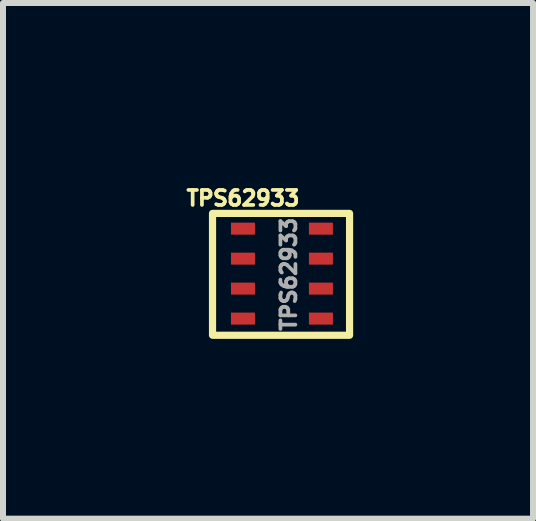
<source format=kicad_pcb>
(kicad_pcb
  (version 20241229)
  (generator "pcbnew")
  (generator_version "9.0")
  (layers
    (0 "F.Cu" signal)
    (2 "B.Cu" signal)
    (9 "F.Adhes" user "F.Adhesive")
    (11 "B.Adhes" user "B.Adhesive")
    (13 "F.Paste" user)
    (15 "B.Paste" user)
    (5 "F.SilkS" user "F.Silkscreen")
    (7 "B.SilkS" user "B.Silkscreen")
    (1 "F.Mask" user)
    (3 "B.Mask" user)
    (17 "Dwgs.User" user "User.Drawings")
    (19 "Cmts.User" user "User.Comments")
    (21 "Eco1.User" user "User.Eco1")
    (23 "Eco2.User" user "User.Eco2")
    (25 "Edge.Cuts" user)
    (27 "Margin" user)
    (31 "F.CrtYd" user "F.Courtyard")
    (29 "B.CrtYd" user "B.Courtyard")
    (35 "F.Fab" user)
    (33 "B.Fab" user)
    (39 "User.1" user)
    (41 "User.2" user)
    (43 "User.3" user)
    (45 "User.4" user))
  (footprint "TPS62933"
    (layer "F.Cu")
    (at 1.003 0.764)
    (property "Reference" "TPS62933" (at 0 -0.508 0) (unlocked yes) (layer "F.SilkS") (effects (font (size 0.25 0.25) (thickness 0.062))))
    (attr smd)
    (fp_rect (start -0.508 -0.254) (end 1.778 1.778) (stroke (width 0.12) (type solid)) (fill no) (layer "F.SilkS"))
    (fp_text user "${REFERENCE}" (at 0.762 0.762 90) (unlocked yes) (layer "F.Fab") (effects (font (size 0.25 0.25) (thickness 0.062))))
    (pad "1" smd rect (at 0 0) (size 0.4 0.2) (layers "F.Cu" "F.Mask" "F.Paste"))
    (pad "2" smd rect (at 0 0.5) (size 0.4 0.2) (layers "F.Cu" "F.Mask" "F.Paste"))
    (pad "3" smd rect (at 0 1) (size 0.4 0.2) (layers "F.Cu" "F.Mask" "F.Paste"))
    (pad "4" smd rect (at 0 1.5) (size 0.4 0.2) (layers "F.Cu" "F.Mask" "F.Paste"))
    (pad "5" smd rect (at 1.3 1.5) (size 0.4 0.2) (layers "F.Cu" "F.Mask" "F.Paste"))
    (pad "6" smd rect (at 1.3 1) (size 0.4 0.2) (layers "F.Cu" "F.Mask" "F.Paste"))
    (pad "7" smd rect (at 1.3 0.5) (size 0.4 0.2) (layers "F.Cu" "F.Mask" "F.Paste"))
    (pad "8" smd rect (at 1.3 0) (size 0.4 0.2) (layers "F.Cu" "F.Mask" "F.Paste")))
  (gr_rect
    (start -3 -3)
    (end 5.841 5.602)
    (stroke (width 0.1) (type default))
    (fill no)
    (layer "Edge.Cuts")))
</source>
